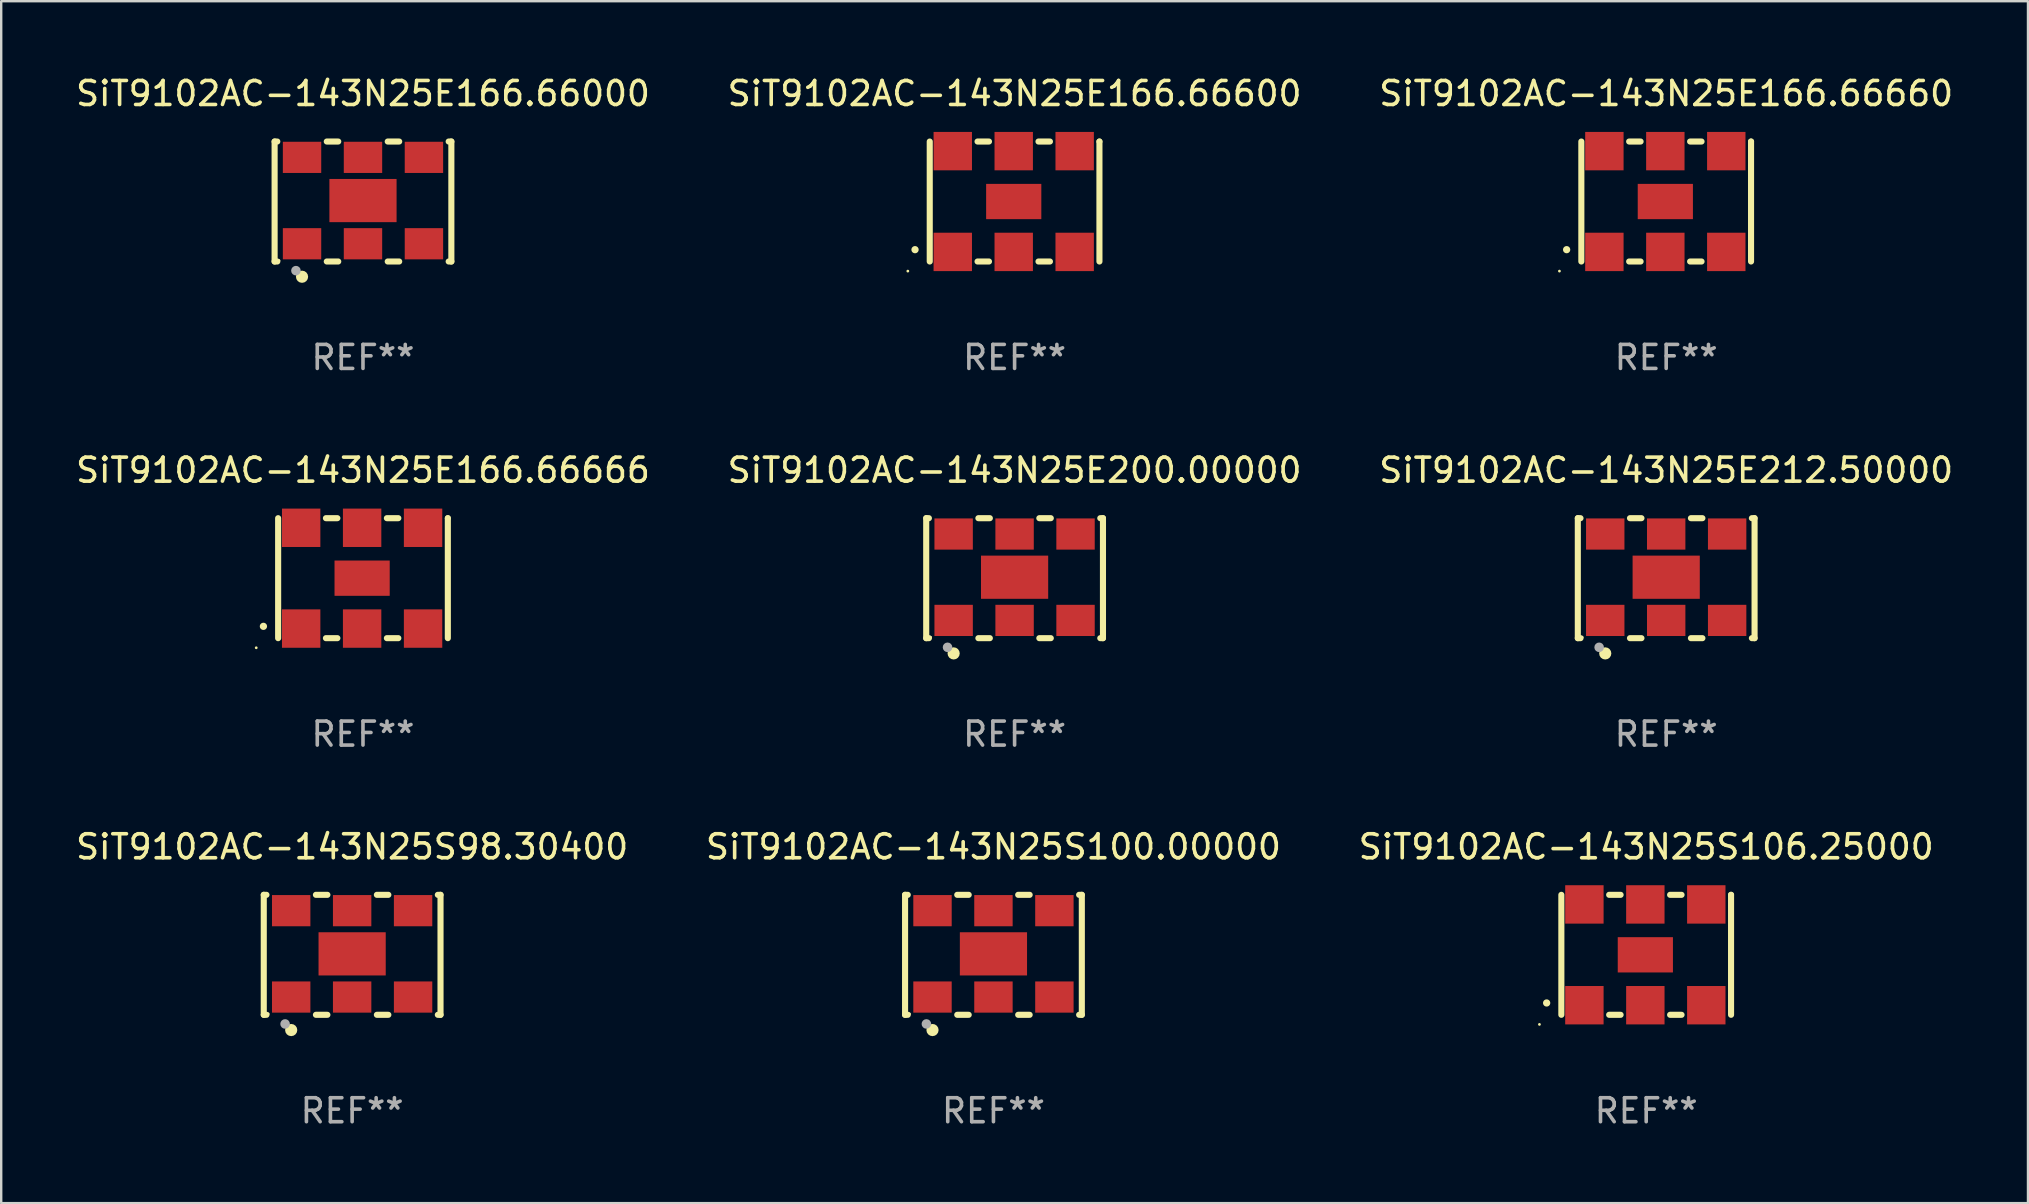
<source format=kicad_pcb>
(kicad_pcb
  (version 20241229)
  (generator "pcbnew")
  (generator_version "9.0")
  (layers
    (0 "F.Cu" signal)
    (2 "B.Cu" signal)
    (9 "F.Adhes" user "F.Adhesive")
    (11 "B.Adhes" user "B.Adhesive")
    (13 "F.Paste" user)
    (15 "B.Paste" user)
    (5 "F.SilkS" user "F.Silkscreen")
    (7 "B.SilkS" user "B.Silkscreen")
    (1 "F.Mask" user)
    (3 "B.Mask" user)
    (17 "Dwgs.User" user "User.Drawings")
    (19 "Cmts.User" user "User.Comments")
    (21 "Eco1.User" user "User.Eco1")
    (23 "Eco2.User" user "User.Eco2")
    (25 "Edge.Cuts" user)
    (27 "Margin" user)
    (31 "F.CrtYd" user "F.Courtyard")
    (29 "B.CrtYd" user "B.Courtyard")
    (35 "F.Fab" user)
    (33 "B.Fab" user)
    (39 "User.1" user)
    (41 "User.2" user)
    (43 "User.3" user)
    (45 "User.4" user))
  (footprint "SiT9102AC-143N25E166.66660"
    (layer "F.Cu")
    (at 66.387 5.348)
    (property "Reference" "SiT9102AC-143N25E166.66660" (at 0 -4.5 0) (layer "F.SilkS") (effects (font (size 1 1) (thickness 0.15))))
    (attr through_hole)
    (fp_line (start -3.536 -2.5) (end -3.536 2.5) (stroke (width 0.254) (type solid)) (layer "F.SilkS"))
    (fp_line (start -1.544 2.5) (end -1.067 2.5) (stroke (width 0.254) (type solid)) (layer "F.SilkS"))
    (fp_line (start -1.067 -2.5) (end -1.544 -2.5) (stroke (width 0.254) (type solid)) (layer "F.SilkS"))
    (fp_line (start 0.996 2.5) (end 1.473 2.5) (stroke (width 0.254) (type solid)) (layer "F.SilkS"))
    (fp_line (start 1.473 -2.5) (end 0.996 -2.5) (stroke (width 0.254) (type solid)) (layer "F.SilkS"))
    (fp_line (start 3.536 -2.5) (end 3.536 -2.5) (stroke (width 0.254) (type solid)) (layer "F.SilkS"))
    (fp_line (start 3.536 2.5) (end 3.536 -2.5) (stroke (width 0.254) (type solid)) (layer "F.SilkS"))
    (fp_arc (start -4.150432 2.006604) (mid -4.149162 2.006599) (end -4.147892 2.006604) (stroke (width 0.3) (type solid)) (layer "F.SilkS"))
    (fp_circle (center -4.449 2.9) (end -4.419 2.9) (stroke (width 0.06) (type solid)) (fill no) (layer "F.SilkS"))
    (fp_text user "REF**" (at 0 6.5 0) (layer "F.Fab") (effects (font (size 1 1) (thickness 0.15))))
    (pad "1" smd rect (at -2.576 2.1) (size 1.6 1.6) (layers "F.Cu" "F.Mask" "F.Paste"))
    (pad "2" smd rect (at -0.036 2.1) (size 1.6 1.6) (layers "F.Cu" "F.Mask" "F.Paste"))
    (pad "3" smd rect (at 2.504 2.1) (size 1.6 1.6) (layers "F.Cu" "F.Mask" "F.Paste"))
    (pad "4" smd rect (at 2.504 -2.1) (size 1.6 1.6) (layers "F.Cu" "F.Mask" "F.Paste"))
    (pad "5" smd rect (at -0.036 -2.1) (size 1.6 1.6) (layers "F.Cu" "F.Mask" "F.Paste"))
    (pad "6" smd rect (at -2.576 -2.1) (size 1.6 1.6) (layers "F.Cu" "F.Mask" "F.Paste"))
    (pad "7" smd rect (at -0.036 0) (size 2.3 1.47) (layers "F.Cu" "F.Mask" "F.Paste")))
  (footprint "SiT9102AC-143N25E212.50000"
    (layer "F.Cu")
    (at 66.387 21.045)
    (property "Reference" "SiT9102AC-143N25E212.50000" (at 0 -4.5 0) (layer "F.SilkS") (effects (font (size 1 1) (thickness 0.15))))
    (attr through_hole)
    (fp_line (start -3.683 -2.5) (end -3.571 -2.5) (stroke (width 0.254) (type solid)) (layer "F.SilkS"))
    (fp_line (start -3.683 2.5) (end -3.683 -2.5) (stroke (width 0.254) (type solid)) (layer "F.SilkS"))
    (fp_line (start -3.683 2.5) (end -3.571 2.5) (stroke (width 0.254) (type solid)) (layer "F.SilkS"))
    (fp_line (start -1.509 -2.5) (end -1.031 -2.5) (stroke (width 0.254) (type solid)) (layer "F.SilkS"))
    (fp_line (start -1.509 2.5) (end -1.031 2.5) (stroke (width 0.254) (type solid)) (layer "F.SilkS"))
    (fp_line (start 1.031 -2.5) (end 1.509 -2.5) (stroke (width 0.254) (type solid)) (layer "F.SilkS"))
    (fp_line (start 1.031 2.5) (end 1.509 2.5) (stroke (width 0.254) (type solid)) (layer "F.SilkS"))
    (fp_line (start 3.571 -2.5) (end 3.683 -2.5) (stroke (width 0.254) (type solid)) (layer "F.SilkS"))
    (fp_line (start 3.571 2.5) (end 3.683 2.5) (stroke (width 0.254) (type solid)) (layer "F.SilkS"))
    (fp_line (start 3.683 2.5) (end 3.683 -2.5) (stroke (width 0.254) (type solid)) (layer "F.SilkS"))
    (fp_circle (center -3.5 2.46) (end -3.47 2.46) (stroke (width 0.06) (type solid)) (fill no) (layer "F.SilkS"))
    (fp_circle (center -2.54 3.135) (end -2.413 3.135) (stroke (width 0.254) (type solid)) (fill no) (layer "F.SilkS"))
    (fp_circle (center -2.794 2.881) (end -2.694 2.881) (stroke (width 0.2) (type solid)) (fill no) (layer "F.Fab"))
    (fp_text user "REF**" (at 0 6.5 0) (layer "F.Fab") (effects (font (size 1 1) (thickness 0.15))))
    (pad "1" smd rect (at -2.54 1.76) (size 1.6 1.3) (layers "F.Cu" "F.Mask" "F.Paste"))
    (pad "2" smd rect (at 0 1.76) (size 1.6 1.3) (layers "F.Cu" "F.Mask" "F.Paste"))
    (pad "3" smd rect (at 2.54 1.76) (size 1.6 1.3) (layers "F.Cu" "F.Mask" "F.Paste"))
    (pad "4" smd rect (at 2.54 -1.84) (size 1.6 1.3) (layers "F.Cu" "F.Mask" "F.Paste"))
    (pad "5" smd rect (at 0 -1.84) (size 1.6 1.3) (layers "F.Cu" "F.Mask" "F.Paste"))
    (pad "6" smd rect (at -2.54 -1.84) (size 1.6 1.3) (layers "F.Cu" "F.Mask" "F.Paste"))
    (pad "7" smd rect (at 0 -0.04) (size 2.8 1.8) (layers "F.Cu" "F.Mask" "F.Paste")))
  (footprint "SiT9102AC-143N25S106.25000"
    (layer "F.Cu")
    (at 65.554 36.741)
    (property "Reference" "SiT9102AC-143N25S106.25000" (at 0 -4.5 0) (layer "F.SilkS") (effects (font (size 1 1) (thickness 0.15))))
    (attr through_hole)
    (fp_line (start -3.536 -2.5) (end -3.536 2.5) (stroke (width 0.254) (type solid)) (layer "F.SilkS"))
    (fp_line (start -1.544 2.5) (end -1.067 2.5) (stroke (width 0.254) (type solid)) (layer "F.SilkS"))
    (fp_line (start -1.067 -2.5) (end -1.544 -2.5) (stroke (width 0.254) (type solid)) (layer "F.SilkS"))
    (fp_line (start 0.996 2.5) (end 1.473 2.5) (stroke (width 0.254) (type solid)) (layer "F.SilkS"))
    (fp_line (start 1.473 -2.5) (end 0.996 -2.5) (stroke (width 0.254) (type solid)) (layer "F.SilkS"))
    (fp_line (start 3.536 -2.5) (end 3.536 -2.5) (stroke (width 0.254) (type solid)) (layer "F.SilkS"))
    (fp_line (start 3.536 2.5) (end 3.536 -2.5) (stroke (width 0.254) (type solid)) (layer "F.SilkS"))
    (fp_arc (start -4.150432 2.006604) (mid -4.149162 2.006599) (end -4.147892 2.006604) (stroke (width 0.3) (type solid)) (layer "F.SilkS"))
    (fp_circle (center -4.449 2.9) (end -4.419 2.9) (stroke (width 0.06) (type solid)) (fill no) (layer "F.SilkS"))
    (fp_text user "REF**" (at 0 6.5 0) (layer "F.Fab") (effects (font (size 1 1) (thickness 0.15))))
    (pad "1" smd rect (at -2.576 2.1) (size 1.6 1.6) (layers "F.Cu" "F.Mask" "F.Paste"))
    (pad "2" smd rect (at -0.036 2.1) (size 1.6 1.6) (layers "F.Cu" "F.Mask" "F.Paste"))
    (pad "3" smd rect (at 2.504 2.1) (size 1.6 1.6) (layers "F.Cu" "F.Mask" "F.Paste"))
    (pad "4" smd rect (at 2.504 -2.1) (size 1.6 1.6) (layers "F.Cu" "F.Mask" "F.Paste"))
    (pad "5" smd rect (at -0.036 -2.1) (size 1.6 1.6) (layers "F.Cu" "F.Mask" "F.Paste"))
    (pad "6" smd rect (at -2.576 -2.1) (size 1.6 1.6) (layers "F.Cu" "F.Mask" "F.Paste"))
    (pad "7" smd rect (at -0.036 0) (size 2.3 1.47) (layers "F.Cu" "F.Mask" "F.Paste")))
  (footprint "SiT9102AC-143N25S98.30400"
    (layer "F.Cu")
    (at 11.625 36.741)
    (property "Reference" "SiT9102AC-143N25S98.30400" (at 0 -4.5 0) (layer "F.SilkS") (effects (font (size 1 1) (thickness 0.15))))
    (attr through_hole)
    (fp_line (start -3.683 -2.5) (end -3.571 -2.5) (stroke (width 0.254) (type solid)) (layer "F.SilkS"))
    (fp_line (start -3.683 2.5) (end -3.683 -2.5) (stroke (width 0.254) (type solid)) (layer "F.SilkS"))
    (fp_line (start -3.683 2.5) (end -3.571 2.5) (stroke (width 0.254) (type solid)) (layer "F.SilkS"))
    (fp_line (start -1.509 -2.5) (end -1.031 -2.5) (stroke (width 0.254) (type solid)) (layer "F.SilkS"))
    (fp_line (start -1.509 2.5) (end -1.031 2.5) (stroke (width 0.254) (type solid)) (layer "F.SilkS"))
    (fp_line (start 1.031 -2.5) (end 1.509 -2.5) (stroke (width 0.254) (type solid)) (layer "F.SilkS"))
    (fp_line (start 1.031 2.5) (end 1.509 2.5) (stroke (width 0.254) (type solid)) (layer "F.SilkS"))
    (fp_line (start 3.571 -2.5) (end 3.683 -2.5) (stroke (width 0.254) (type solid)) (layer "F.SilkS"))
    (fp_line (start 3.571 2.5) (end 3.683 2.5) (stroke (width 0.254) (type solid)) (layer "F.SilkS"))
    (fp_line (start 3.683 2.5) (end 3.683 -2.5) (stroke (width 0.254) (type solid)) (layer "F.SilkS"))
    (fp_circle (center -3.5 2.46) (end -3.47 2.46) (stroke (width 0.06) (type solid)) (fill no) (layer "F.SilkS"))
    (fp_circle (center -2.54 3.135) (end -2.413 3.135) (stroke (width 0.254) (type solid)) (fill no) (layer "F.SilkS"))
    (fp_circle (center -2.794 2.881) (end -2.694 2.881) (stroke (width 0.2) (type solid)) (fill no) (layer "F.Fab"))
    (fp_text user "REF**" (at 0 6.5 0) (layer "F.Fab") (effects (font (size 1 1) (thickness 0.15))))
    (pad "1" smd rect (at -2.54 1.76) (size 1.6 1.3) (layers "F.Cu" "F.Mask" "F.Paste"))
    (pad "2" smd rect (at 0 1.76) (size 1.6 1.3) (layers "F.Cu" "F.Mask" "F.Paste"))
    (pad "3" smd rect (at 2.54 1.76) (size 1.6 1.3) (layers "F.Cu" "F.Mask" "F.Paste"))
    (pad "4" smd rect (at 2.54 -1.84) (size 1.6 1.3) (layers "F.Cu" "F.Mask" "F.Paste"))
    (pad "5" smd rect (at 0 -1.84) (size 1.6 1.3) (layers "F.Cu" "F.Mask" "F.Paste"))
    (pad "6" smd rect (at -2.54 -1.84) (size 1.6 1.3) (layers "F.Cu" "F.Mask" "F.Paste"))
    (pad "7" smd rect (at 0 -0.04) (size 2.8 1.8) (layers "F.Cu" "F.Mask" "F.Paste")))
  (footprint "SiT9102AC-143N25E166.66666"
    (layer "F.Cu")
    (at 12.077 21.045)
    (property "Reference" "SiT9102AC-143N25E166.66666" (at 0 -4.5 0) (layer "F.SilkS") (effects (font (size 1 1) (thickness 0.15))))
    (attr through_hole)
    (fp_line (start -3.536 -2.5) (end -3.536 2.5) (stroke (width 0.254) (type solid)) (layer "F.SilkS"))
    (fp_line (start -1.544 2.5) (end -1.067 2.5) (stroke (width 0.254) (type solid)) (layer "F.SilkS"))
    (fp_line (start -1.067 -2.5) (end -1.544 -2.5) (stroke (width 0.254) (type solid)) (layer "F.SilkS"))
    (fp_line (start 0.996 2.5) (end 1.473 2.5) (stroke (width 0.254) (type solid)) (layer "F.SilkS"))
    (fp_line (start 1.473 -2.5) (end 0.996 -2.5) (stroke (width 0.254) (type solid)) (layer "F.SilkS"))
    (fp_line (start 3.536 -2.5) (end 3.536 -2.5) (stroke (width 0.254) (type solid)) (layer "F.SilkS"))
    (fp_line (start 3.536 2.5) (end 3.536 -2.5) (stroke (width 0.254) (type solid)) (layer "F.SilkS"))
    (fp_arc (start -4.150432 2.006604) (mid -4.149162 2.006599) (end -4.147892 2.006604) (stroke (width 0.3) (type solid)) (layer "F.SilkS"))
    (fp_circle (center -4.449 2.9) (end -4.419 2.9) (stroke (width 0.06) (type solid)) (fill no) (layer "F.SilkS"))
    (fp_text user "REF**" (at 0 6.5 0) (layer "F.Fab") (effects (font (size 1 1) (thickness 0.15))))
    (pad "1" smd rect (at -2.576 2.1) (size 1.6 1.6) (layers "F.Cu" "F.Mask" "F.Paste"))
    (pad "2" smd rect (at -0.036 2.1) (size 1.6 1.6) (layers "F.Cu" "F.Mask" "F.Paste"))
    (pad "3" smd rect (at 2.504 2.1) (size 1.6 1.6) (layers "F.Cu" "F.Mask" "F.Paste"))
    (pad "4" smd rect (at 2.504 -2.1) (size 1.6 1.6) (layers "F.Cu" "F.Mask" "F.Paste"))
    (pad "5" smd rect (at -0.036 -2.1) (size 1.6 1.6) (layers "F.Cu" "F.Mask" "F.Paste"))
    (pad "6" smd rect (at -2.576 -2.1) (size 1.6 1.6) (layers "F.Cu" "F.Mask" "F.Paste"))
    (pad "7" smd rect (at -0.036 0) (size 2.3 1.47) (layers "F.Cu" "F.Mask" "F.Paste")))
  (footprint "SiT9102AC-143N25E166.66600"
    (layer "F.Cu")
    (at 39.232 5.348)
    (property "Reference" "SiT9102AC-143N25E166.66600" (at 0 -4.5 0) (layer "F.SilkS") (effects (font (size 1 1) (thickness 0.15))))
    (attr through_hole)
    (fp_line (start -3.536 -2.5) (end -3.536 2.5) (stroke (width 0.254) (type solid)) (layer "F.SilkS"))
    (fp_line (start -1.544 2.5) (end -1.067 2.5) (stroke (width 0.254) (type solid)) (layer "F.SilkS"))
    (fp_line (start -1.067 -2.5) (end -1.544 -2.5) (stroke (width 0.254) (type solid)) (layer "F.SilkS"))
    (fp_line (start 0.996 2.5) (end 1.473 2.5) (stroke (width 0.254) (type solid)) (layer "F.SilkS"))
    (fp_line (start 1.473 -2.5) (end 0.996 -2.5) (stroke (width 0.254) (type solid)) (layer "F.SilkS"))
    (fp_line (start 3.536 -2.5) (end 3.536 -2.5) (stroke (width 0.254) (type solid)) (layer "F.SilkS"))
    (fp_line (start 3.536 2.5) (end 3.536 -2.5) (stroke (width 0.254) (type solid)) (layer "F.SilkS"))
    (fp_arc (start -4.150432 2.006604) (mid -4.149162 2.006599) (end -4.147892 2.006604) (stroke (width 0.3) (type solid)) (layer "F.SilkS"))
    (fp_circle (center -4.449 2.9) (end -4.419 2.9) (stroke (width 0.06) (type solid)) (fill no) (layer "F.SilkS"))
    (fp_text user "REF**" (at 0 6.5 0) (layer "F.Fab") (effects (font (size 1 1) (thickness 0.15))))
    (pad "1" smd rect (at -2.576 2.1) (size 1.6 1.6) (layers "F.Cu" "F.Mask" "F.Paste"))
    (pad "2" smd rect (at -0.036 2.1) (size 1.6 1.6) (layers "F.Cu" "F.Mask" "F.Paste"))
    (pad "3" smd rect (at 2.504 2.1) (size 1.6 1.6) (layers "F.Cu" "F.Mask" "F.Paste"))
    (pad "4" smd rect (at 2.504 -2.1) (size 1.6 1.6) (layers "F.Cu" "F.Mask" "F.Paste"))
    (pad "5" smd rect (at -0.036 -2.1) (size 1.6 1.6) (layers "F.Cu" "F.Mask" "F.Paste"))
    (pad "6" smd rect (at -2.576 -2.1) (size 1.6 1.6) (layers "F.Cu" "F.Mask" "F.Paste"))
    (pad "7" smd rect (at -0.036 0) (size 2.3 1.47) (layers "F.Cu" "F.Mask" "F.Paste")))
  (footprint "SiT9102AC-143N25E200.00000"
    (layer "F.Cu")
    (at 39.232 21.045)
    (property "Reference" "SiT9102AC-143N25E200.00000" (at 0 -4.5 0) (layer "F.SilkS") (effects (font (size 1 1) (thickness 0.15))))
    (attr through_hole)
    (fp_line (start -3.683 -2.5) (end -3.571 -2.5) (stroke (width 0.254) (type solid)) (layer "F.SilkS"))
    (fp_line (start -3.683 2.5) (end -3.683 -2.5) (stroke (width 0.254) (type solid)) (layer "F.SilkS"))
    (fp_line (start -3.683 2.5) (end -3.571 2.5) (stroke (width 0.254) (type solid)) (layer "F.SilkS"))
    (fp_line (start -1.509 -2.5) (end -1.031 -2.5) (stroke (width 0.254) (type solid)) (layer "F.SilkS"))
    (fp_line (start -1.509 2.5) (end -1.031 2.5) (stroke (width 0.254) (type solid)) (layer "F.SilkS"))
    (fp_line (start 1.031 -2.5) (end 1.509 -2.5) (stroke (width 0.254) (type solid)) (layer "F.SilkS"))
    (fp_line (start 1.031 2.5) (end 1.509 2.5) (stroke (width 0.254) (type solid)) (layer "F.SilkS"))
    (fp_line (start 3.571 -2.5) (end 3.683 -2.5) (stroke (width 0.254) (type solid)) (layer "F.SilkS"))
    (fp_line (start 3.571 2.5) (end 3.683 2.5) (stroke (width 0.254) (type solid)) (layer "F.SilkS"))
    (fp_line (start 3.683 2.5) (end 3.683 -2.5) (stroke (width 0.254) (type solid)) (layer "F.SilkS"))
    (fp_circle (center -3.5 2.46) (end -3.47 2.46) (stroke (width 0.06) (type solid)) (fill no) (layer "F.SilkS"))
    (fp_circle (center -2.54 3.135) (end -2.413 3.135) (stroke (width 0.254) (type solid)) (fill no) (layer "F.SilkS"))
    (fp_circle (center -2.794 2.881) (end -2.694 2.881) (stroke (width 0.2) (type solid)) (fill no) (layer "F.Fab"))
    (fp_text user "REF**" (at 0 6.5 0) (layer "F.Fab") (effects (font (size 1 1) (thickness 0.15))))
    (pad "1" smd rect (at -2.54 1.76) (size 1.6 1.3) (layers "F.Cu" "F.Mask" "F.Paste"))
    (pad "2" smd rect (at 0 1.76) (size 1.6 1.3) (layers "F.Cu" "F.Mask" "F.Paste"))
    (pad "3" smd rect (at 2.54 1.76) (size 1.6 1.3) (layers "F.Cu" "F.Mask" "F.Paste"))
    (pad "4" smd rect (at 2.54 -1.84) (size 1.6 1.3) (layers "F.Cu" "F.Mask" "F.Paste"))
    (pad "5" smd rect (at 0 -1.84) (size 1.6 1.3) (layers "F.Cu" "F.Mask" "F.Paste"))
    (pad "6" smd rect (at -2.54 -1.84) (size 1.6 1.3) (layers "F.Cu" "F.Mask" "F.Paste"))
    (pad "7" smd rect (at 0 -0.04) (size 2.8 1.8) (layers "F.Cu" "F.Mask" "F.Paste")))
  (footprint "SiT9102AC-143N25E166.66000"
    (layer "F.Cu")
    (at 12.077 5.348)
    (property "Reference" "SiT9102AC-143N25E166.66000" (at 0 -4.5 0) (layer "F.SilkS") (effects (font (size 1 1) (thickness 0.15))))
    (attr through_hole)
    (fp_line (start -3.683 -2.5) (end -3.571 -2.5) (stroke (width 0.254) (type solid)) (layer "F.SilkS"))
    (fp_line (start -3.683 2.5) (end -3.683 -2.5) (stroke (width 0.254) (type solid)) (layer "F.SilkS"))
    (fp_line (start -3.683 2.5) (end -3.571 2.5) (stroke (width 0.254) (type solid)) (layer "F.SilkS"))
    (fp_line (start -1.509 -2.5) (end -1.031 -2.5) (stroke (width 0.254) (type solid)) (layer "F.SilkS"))
    (fp_line (start -1.509 2.5) (end -1.031 2.5) (stroke (width 0.254) (type solid)) (layer "F.SilkS"))
    (fp_line (start 1.031 -2.5) (end 1.509 -2.5) (stroke (width 0.254) (type solid)) (layer "F.SilkS"))
    (fp_line (start 1.031 2.5) (end 1.509 2.5) (stroke (width 0.254) (type solid)) (layer "F.SilkS"))
    (fp_line (start 3.571 -2.5) (end 3.683 -2.5) (stroke (width 0.254) (type solid)) (layer "F.SilkS"))
    (fp_line (start 3.571 2.5) (end 3.683 2.5) (stroke (width 0.254) (type solid)) (layer "F.SilkS"))
    (fp_line (start 3.683 2.5) (end 3.683 -2.5) (stroke (width 0.254) (type solid)) (layer "F.SilkS"))
    (fp_circle (center -3.5 2.46) (end -3.47 2.46) (stroke (width 0.06) (type solid)) (fill no) (layer "F.SilkS"))
    (fp_circle (center -2.54 3.135) (end -2.413 3.135) (stroke (width 0.254) (type solid)) (fill no) (layer "F.SilkS"))
    (fp_circle (center -2.794 2.881) (end -2.694 2.881) (stroke (width 0.2) (type solid)) (fill no) (layer "F.Fab"))
    (fp_text user "REF**" (at 0 6.5 0) (layer "F.Fab") (effects (font (size 1 1) (thickness 0.15))))
    (pad "1" smd rect (at -2.54 1.76) (size 1.6 1.3) (layers "F.Cu" "F.Mask" "F.Paste"))
    (pad "2" smd rect (at 0 1.76) (size 1.6 1.3) (layers "F.Cu" "F.Mask" "F.Paste"))
    (pad "3" smd rect (at 2.54 1.76) (size 1.6 1.3) (layers "F.Cu" "F.Mask" "F.Paste"))
    (pad "4" smd rect (at 2.54 -1.84) (size 1.6 1.3) (layers "F.Cu" "F.Mask" "F.Paste"))
    (pad "5" smd rect (at 0 -1.84) (size 1.6 1.3) (layers "F.Cu" "F.Mask" "F.Paste"))
    (pad "6" smd rect (at -2.54 -1.84) (size 1.6 1.3) (layers "F.Cu" "F.Mask" "F.Paste"))
    (pad "7" smd rect (at 0 -0.04) (size 2.8 1.8) (layers "F.Cu" "F.Mask" "F.Paste")))
  (footprint "SiT9102AC-143N25S100.00000"
    (layer "F.Cu")
    (at 38.351 36.741)
    (property "Reference" "SiT9102AC-143N25S100.00000" (at 0 -4.5 0) (layer "F.SilkS") (effects (font (size 1 1) (thickness 0.15))))
    (attr through_hole)
    (fp_line (start -3.683 -2.5) (end -3.571 -2.5) (stroke (width 0.254) (type solid)) (layer "F.SilkS"))
    (fp_line (start -3.683 2.5) (end -3.683 -2.5) (stroke (width 0.254) (type solid)) (layer "F.SilkS"))
    (fp_line (start -3.683 2.5) (end -3.571 2.5) (stroke (width 0.254) (type solid)) (layer "F.SilkS"))
    (fp_line (start -1.509 -2.5) (end -1.031 -2.5) (stroke (width 0.254) (type solid)) (layer "F.SilkS"))
    (fp_line (start -1.509 2.5) (end -1.031 2.5) (stroke (width 0.254) (type solid)) (layer "F.SilkS"))
    (fp_line (start 1.031 -2.5) (end 1.509 -2.5) (stroke (width 0.254) (type solid)) (layer "F.SilkS"))
    (fp_line (start 1.031 2.5) (end 1.509 2.5) (stroke (width 0.254) (type solid)) (layer "F.SilkS"))
    (fp_line (start 3.571 -2.5) (end 3.683 -2.5) (stroke (width 0.254) (type solid)) (layer "F.SilkS"))
    (fp_line (start 3.571 2.5) (end 3.683 2.5) (stroke (width 0.254) (type solid)) (layer "F.SilkS"))
    (fp_line (start 3.683 2.5) (end 3.683 -2.5) (stroke (width 0.254) (type solid)) (layer "F.SilkS"))
    (fp_circle (center -3.5 2.46) (end -3.47 2.46) (stroke (width 0.06) (type solid)) (fill no) (layer "F.SilkS"))
    (fp_circle (center -2.54 3.135) (end -2.413 3.135) (stroke (width 0.254) (type solid)) (fill no) (layer "F.SilkS"))
    (fp_circle (center -2.794 2.881) (end -2.694 2.881) (stroke (width 0.2) (type solid)) (fill no) (layer "F.Fab"))
    (fp_text user "REF**" (at 0 6.5 0) (layer "F.Fab") (effects (font (size 1 1) (thickness 0.15))))
    (pad "1" smd rect (at -2.54 1.76) (size 1.6 1.3) (layers "F.Cu" "F.Mask" "F.Paste"))
    (pad "2" smd rect (at 0 1.76) (size 1.6 1.3) (layers "F.Cu" "F.Mask" "F.Paste"))
    (pad "3" smd rect (at 2.54 1.76) (size 1.6 1.3) (layers "F.Cu" "F.Mask" "F.Paste"))
    (pad "4" smd rect (at 2.54 -1.84) (size 1.6 1.3) (layers "F.Cu" "F.Mask" "F.Paste"))
    (pad "5" smd rect (at 0 -1.84) (size 1.6 1.3) (layers "F.Cu" "F.Mask" "F.Paste"))
    (pad "6" smd rect (at -2.54 -1.84) (size 1.6 1.3) (layers "F.Cu" "F.Mask" "F.Paste"))
    (pad "7" smd rect (at 0 -0.04) (size 2.8 1.8) (layers "F.Cu" "F.Mask" "F.Paste")))
  (gr_rect
    (start -3 -3)
    (end 81.464 47.09)
    (stroke (width 0.1) (type default))
    (fill no)
    (layer "Edge.Cuts")))
</source>
